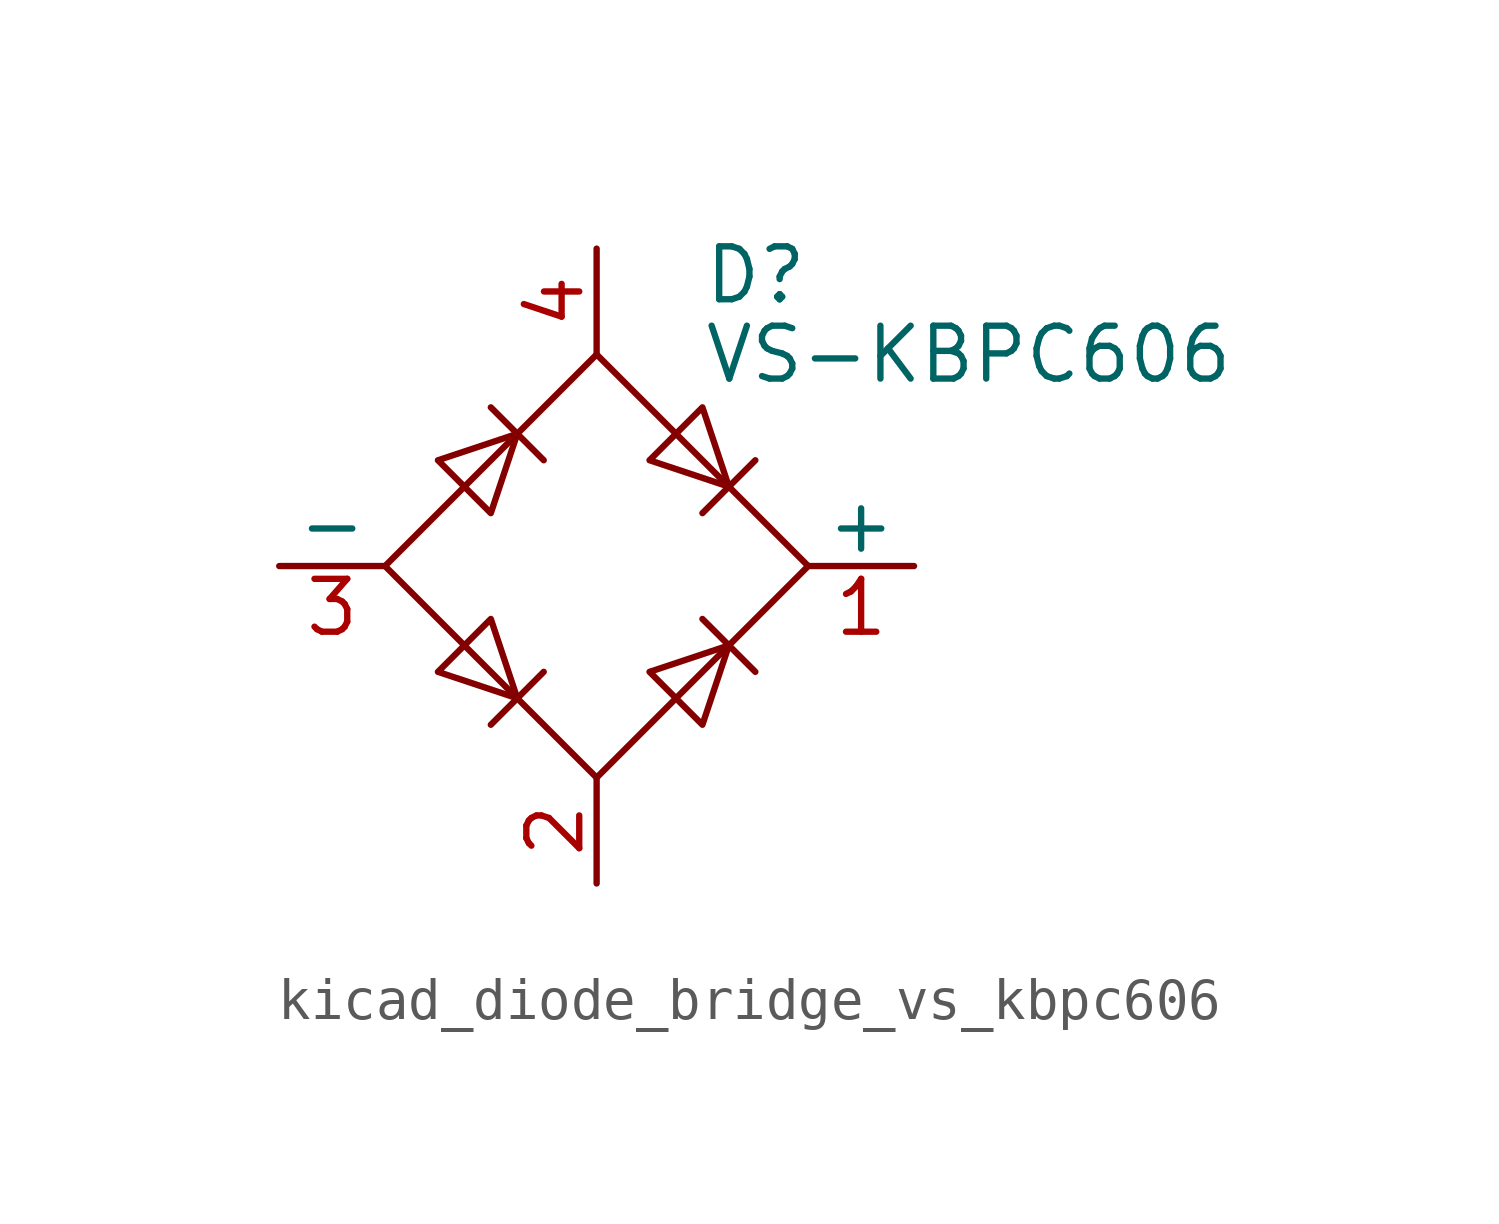
<source format=kicad_sym>
(kicad_symbol_lib
  (version 20220914)
  (generator kicad_symbol_editor)
  (symbol "kicad_diode_bridge_vs_kbpc606"
    (pin_names
      (offset 0))
    (property "Reference" "D"
      (at 2.54 6.985 0)
      (effects (font (size 1.27 1.27)) (justify left)))
    (property "Value" "VS-KBPC606"
      (at 2.54 5.08 0)
      (effects (font (size 1.27 1.27)) (justify left)))
    (symbol "kicad_diode_bridge_vs_kbpc606_0_1"
      (polyline (pts (xy -2.54 3.81) (xy -1.27 2.54)) (stroke (width 0) (type default)) (fill (type none)))
      (polyline (pts (xy -1.27 -2.54) (xy -2.54 -3.81)) (stroke (width 0) (type default)) (fill (type none)))
      (polyline (pts (xy 2.54 -1.27) (xy 3.81 -2.54)) (stroke (width 0) (type default)) (fill (type none)))
      (polyline (pts (xy 2.54 1.27) (xy 3.81 2.54)) (stroke (width 0) (type default)) (fill (type none)))
      (polyline (pts (xy -3.81 2.54) (xy -2.54 1.27) (xy -1.905 3.175) (xy -3.81 2.54)) (stroke (width 0) (type default)) (fill (type none)))
      (polyline (pts (xy -2.54 -1.27) (xy -3.81 -2.54) (xy -1.905 -3.175) (xy -2.54 -1.27)) (stroke (width 0) (type default)) (fill (type none)))
      (polyline (pts (xy 1.27 2.54) (xy 2.54 3.81) (xy 3.175 1.905) (xy 1.27 2.54)) (stroke (width 0) (type default)) (fill (type none)))
      (polyline (pts (xy 3.175 -1.905) (xy 1.27 -2.54) (xy 2.54 -3.81) (xy 3.175 -1.905)) (stroke (width 0) (type default)) (fill (type none)))
      (polyline (pts (xy -5.08 0) (xy 0 -5.08) (xy 5.08 0) (xy 0 5.08) (xy -5.08 0)) (stroke (width 0) (type default)) (fill (type none))))
    (symbol "kicad_diode_bridge_vs_kbpc606_1_1"
      (pin passive line (at 7.62 0 180) (length 2.54) (name "+" (effects (font (size 1.27 1.27)))) (number "1" (effects (font (size 1.27 1.27)))))
      (pin passive line (at 0 -7.62 90) (length 2.54) (name "~" (effects (font (size 1.27 1.27)))) (number "2" (effects (font (size 1.27 1.27)))))
      (pin passive line (at -7.62 0 0) (length 2.54) (name "-" (effects (font (size 1.27 1.27)))) (number "3" (effects (font (size 1.27 1.27)))))
      (pin passive line (at 0 7.62 270) (length 2.54) (name "~" (effects (font (size 1.27 1.27)))) (number "4" (effects (font (size 1.27 1.27))))))))
</source>
